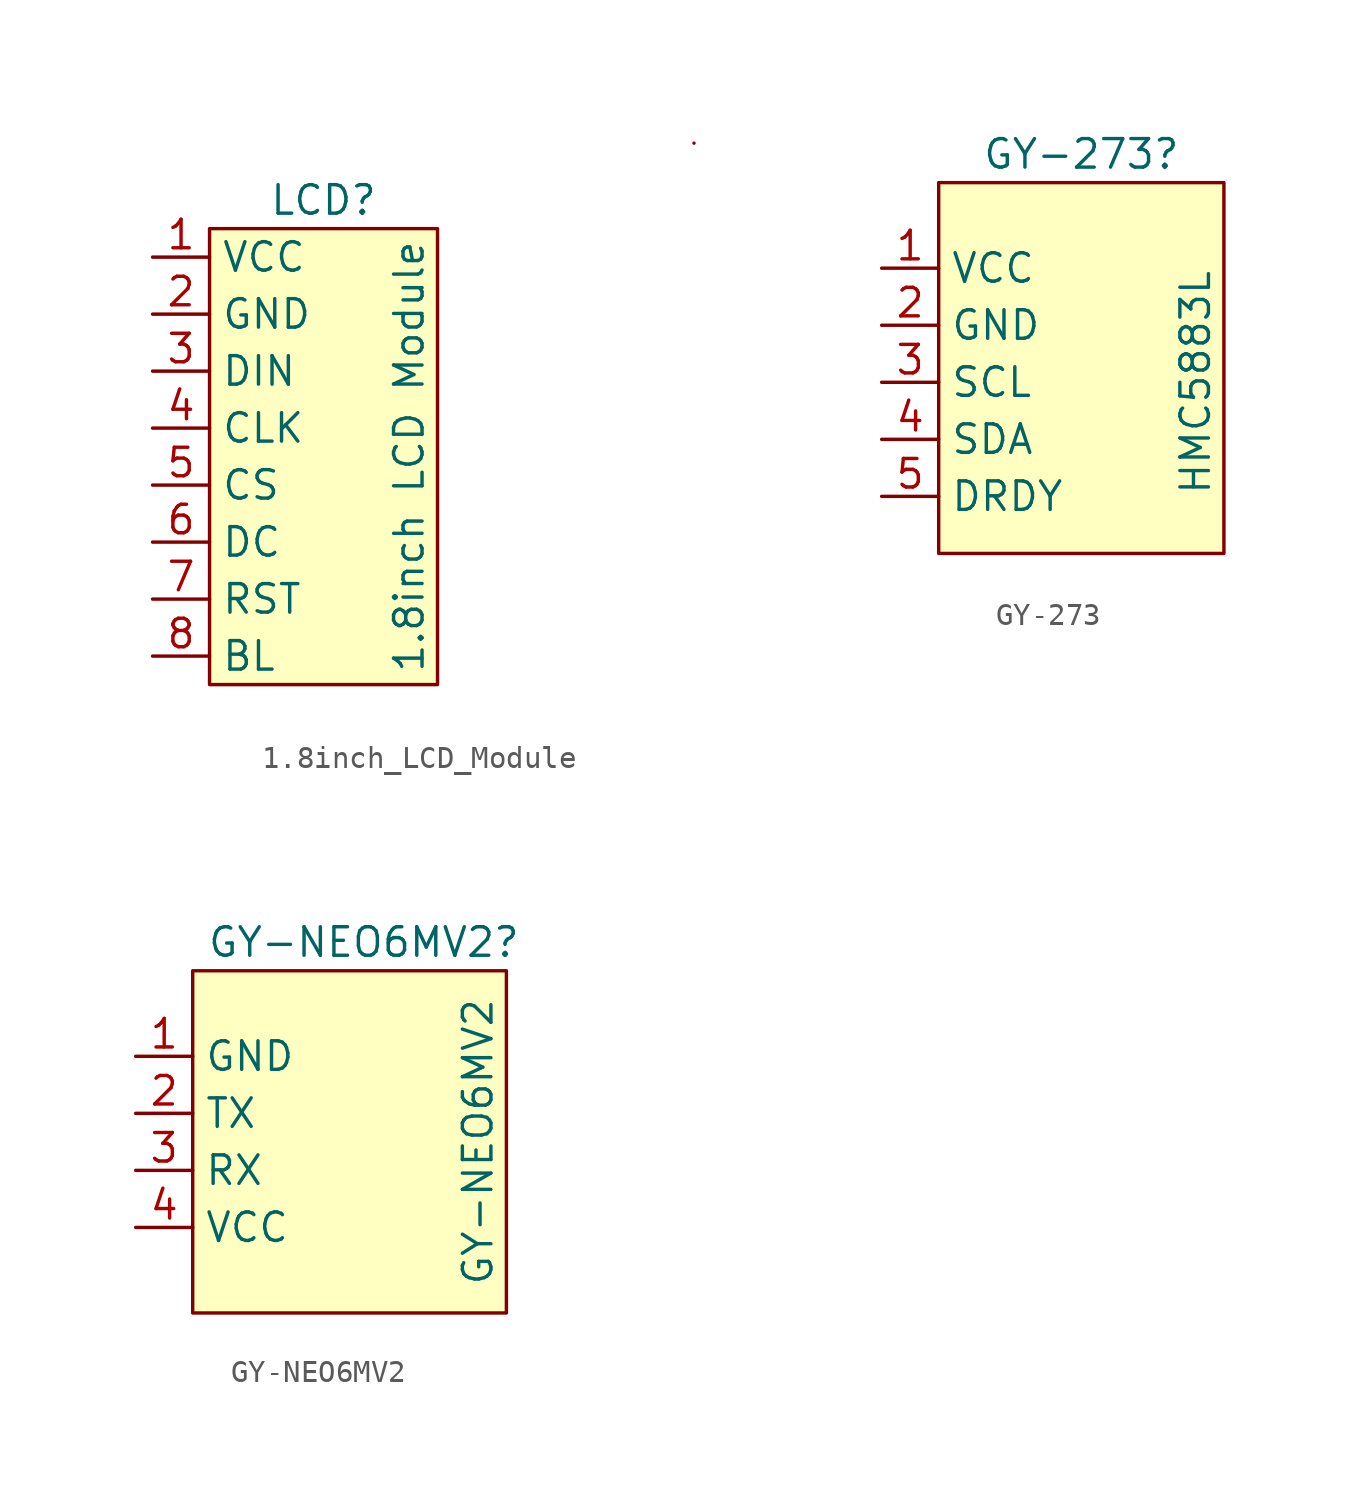
<source format=kicad_sym>
(kicad_symbol_lib
  (version 20220914)
  (generator kicad_symbol_editor)
  (symbol "1.8inch_LCD_Module"
    (property "Reference" "LCD"
      (at 7.62 2.54 0)
      (effects (font (size 1.27 1.27))))
    (property "Value" "1.8inch LCD Module"
      (at 11.43 -8.89 90)
      (effects (font (size 1.27 1.27))))
    (symbol "1.8inch_LCD_Module_0_0"
      (pin passive line (at 0 0 0) (length 2.54) (name "VCC" (effects (font (size 1.27 1.27)))) (number "1" (effects (font (size 1.27 1.27)))))
      (pin passive line (at 0 -2.54 0) (length 2.54) (name "GND" (effects (font (size 1.27 1.27)))) (number "2" (effects (font (size 1.27 1.27)))))
      (pin passive line (at 0 -5.08 0) (length 2.54) (name "DIN" (effects (font (size 1.27 1.27)))) (number "3" (effects (font (size 1.27 1.27)))))
      (pin passive line (at 0 -7.62 0) (length 2.54) (name "CLK" (effects (font (size 1.27 1.27)))) (number "4" (effects (font (size 1.27 1.27)))))
      (pin passive line (at 0 -10.16 0) (length 2.54) (name "CS" (effects (font (size 1.27 1.27)))) (number "5" (effects (font (size 1.27 1.27)))))
      (pin passive line (at 0 -12.7 0) (length 2.54) (name "DC" (effects (font (size 1.27 1.27)))) (number "6" (effects (font (size 1.27 1.27)))))
      (pin passive line (at 0 -15.24 0) (length 2.54) (name "RST" (effects (font (size 1.27 1.27)))) (number "7" (effects (font (size 1.27 1.27)))))
      (pin passive line (at 0 -17.78 0) (length 2.54) (name "BL" (effects (font (size 1.27 1.27)))) (number "8" (effects (font (size 1.27 1.27))))))
    (symbol "1.8inch_LCD_Module_0_1"
      (rectangle (start 24.13 5.08) (end 24.13 5.08) (stroke (width 0) (type default)) (fill (type none))))
    (symbol "1.8inch_LCD_Module_1_1"
      (rectangle (start 2.54 1.27) (end 12.7 -19.05) (stroke (width 0) (type default)) (fill (type background)))))
  (symbol "GY-273"
    (property "Reference" "GY-273"
      (at 8.89 5.08 0)
      (effects (font (size 1.27 1.27))))
    (property "Value" "HMC5883L"
      (at 13.97 -5.08 90)
      (effects (font (size 1.27 1.27))))
    (symbol "GY-273_0_0"
      (pin passive line (at 0 0 0) (length 2.54) (name "VCC" (effects (font (size 1.27 1.27)))) (number "1" (effects (font (size 1.27 1.27)))))
      (pin passive line (at 0 -2.54 0) (length 2.54) (name "GND" (effects (font (size 1.27 1.27)))) (number "2" (effects (font (size 1.27 1.27)))))
      (pin passive line (at 0 -5.08 0) (length 2.54) (name "SCL" (effects (font (size 1.27 1.27)))) (number "3" (effects (font (size 1.27 1.27)))))
      (pin passive line (at 0 -7.62 0) (length 2.54) (name "SDA" (effects (font (size 1.27 1.27)))) (number "4" (effects (font (size 1.27 1.27)))))
      (pin passive line (at 0 -10.16 0) (length 2.54) (name "DRDY" (effects (font (size 1.27 1.27)))) (number "5" (effects (font (size 1.27 1.27))))))
    (symbol "GY-273_1_1"
      (rectangle (start 2.54 3.81) (end 15.24 -12.7) (stroke (width 0) (type default)) (fill (type background)))))
  (symbol "GY-NEO6MV2"
    (property "Reference" "GY-NEO6MV2"
      (at 10.16 5.08 0)
      (effects (font (size 1.27 1.27))))
    (property "Value" "GY-NEO6MV2"
      (at 15.24 -3.81 90)
      (effects (font (size 1.27 1.27))))
    (symbol "GY-NEO6MV2_0_0"
      (pin passive line (at 0 0 0) (length 2.54) (name "GND" (effects (font (size 1.27 1.27)))) (number "1" (effects (font (size 1.27 1.27)))))
      (pin passive line (at 0 -2.54 0) (length 2.54) (name "TX" (effects (font (size 1.27 1.27)))) (number "2" (effects (font (size 1.27 1.27)))))
      (pin passive line (at 0 -5.08 0) (length 2.54) (name "RX" (effects (font (size 1.27 1.27)))) (number "3" (effects (font (size 1.27 1.27)))))
      (pin passive line (at 0 -7.62 0) (length 2.54) (name "VCC" (effects (font (size 1.27 1.27)))) (number "4" (effects (font (size 1.27 1.27))))))
    (symbol "GY-NEO6MV2_1_1"
      (rectangle (start 2.54 3.81) (end 16.51 -11.43) (stroke (width 0) (type default)) (fill (type background))))))
</source>
